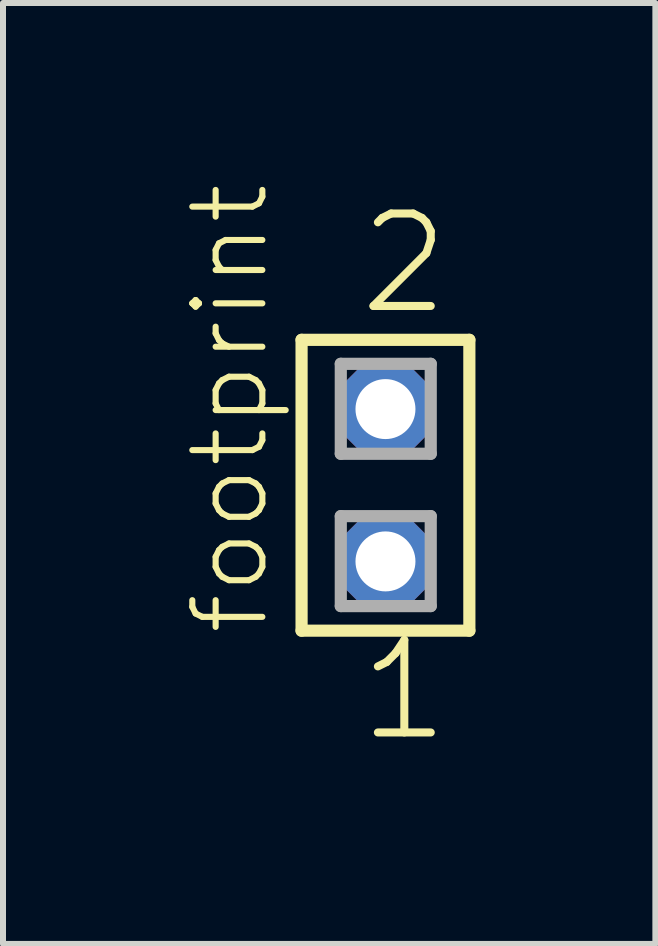
<source format=kicad_pcb>
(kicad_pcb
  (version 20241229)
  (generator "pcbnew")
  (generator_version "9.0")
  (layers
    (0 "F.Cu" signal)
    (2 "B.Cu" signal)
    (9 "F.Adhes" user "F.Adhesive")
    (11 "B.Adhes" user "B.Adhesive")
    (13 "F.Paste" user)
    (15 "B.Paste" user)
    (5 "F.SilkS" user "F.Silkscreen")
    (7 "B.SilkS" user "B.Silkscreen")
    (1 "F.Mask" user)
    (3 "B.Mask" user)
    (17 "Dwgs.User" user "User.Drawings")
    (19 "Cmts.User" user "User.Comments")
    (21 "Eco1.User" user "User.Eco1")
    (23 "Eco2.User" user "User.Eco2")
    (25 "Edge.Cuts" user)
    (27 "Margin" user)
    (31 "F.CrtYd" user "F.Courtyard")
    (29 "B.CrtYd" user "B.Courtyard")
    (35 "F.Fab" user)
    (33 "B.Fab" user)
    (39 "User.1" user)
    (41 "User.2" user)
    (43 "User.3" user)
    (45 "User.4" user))
  (footprint "footprint"
    (layer "F.Cu")
    (at 3.378 5.042)
    (property "Reference" "footprint" (at -1.905 2.54 90) (layer "F.SilkS") (effects (font (size 1.168 1.168) (thickness 0.102)) (justify left bottom)))
    (fp_line (start -1.399 -2.425) (end 1.399 -2.425) (stroke (width 0.203) (type solid)) (layer "F.SilkS"))
    (fp_line (start -1.399 2.425) (end -1.399 -2.425) (stroke (width 0.203) (type solid)) (layer "F.SilkS"))
    (fp_line (start 1.399 -2.425) (end 1.399 2.425) (stroke (width 0.203) (type solid)) (layer "F.SilkS"))
    (fp_line (start 1.399 2.425) (end -1.399 2.425) (stroke (width 0.203) (type solid)) (layer "F.SilkS"))
    (fp_line (start -0.745 -2.025) (end 0.755 -2.025) (stroke (width 0.203) (type solid)) (layer "F.Fab"))
    (fp_line (start -0.745 -0.525) (end -0.745 -2.025) (stroke (width 0.203) (type solid)) (layer "F.Fab"))
    (fp_line (start -0.745 0.515) (end 0.755 0.515) (stroke (width 0.203) (type solid)) (layer "F.Fab"))
    (fp_line (start -0.745 2.015) (end -0.745 0.515) (stroke (width 0.203) (type solid)) (layer "F.Fab"))
    (fp_line (start 0.755 -2.025) (end 0.755 -0.525) (stroke (width 0.203) (type solid)) (layer "F.Fab"))
    (fp_line (start 0.755 -0.525) (end -0.745 -0.525) (stroke (width 0.203) (type solid)) (layer "F.Fab"))
    (fp_line (start 0.755 0.515) (end 0.755 2.015) (stroke (width 0.203) (type solid)) (layer "F.Fab"))
    (fp_line (start 0.755 2.015) (end -0.745 2.015) (stroke (width 0.203) (type solid)) (layer "F.Fab"))
    (fp_text user "2" (at -0.508 -2.794 0) (layer "F.SilkS") (effects (font (size 1.542 1.542) (thickness 0.134)) (justify left bottom)))
    (fp_text user "1" (at -0.508 4.318 0) (layer "F.SilkS") (effects (font (size 1.542 1.542) (thickness 0.134)) (justify left bottom)))
    (pad "1" thru_hole roundrect (at 0 1.27) (size 1.5 1.5) (drill 1) (layers "*.Cu" "*.Mask") (roundrect_rratio 0.25) (chamfer_ratio 0.25) (chamfer top_left top_right bottom_left bottom_right))
    (pad "2" thru_hole roundrect (at 0 -1.27) (size 1.5 1.5) (drill 1) (layers "*.Cu" "*.Mask") (roundrect_rratio 0.25) (chamfer_ratio 0.25) (chamfer top_left top_right bottom_left bottom_right)))
  (gr_rect
    (start -3 -3)
    (end 7.879 12.691)
    (stroke (width 0.1) (type default))
    (fill no)
    (layer "Edge.Cuts")))
</source>
